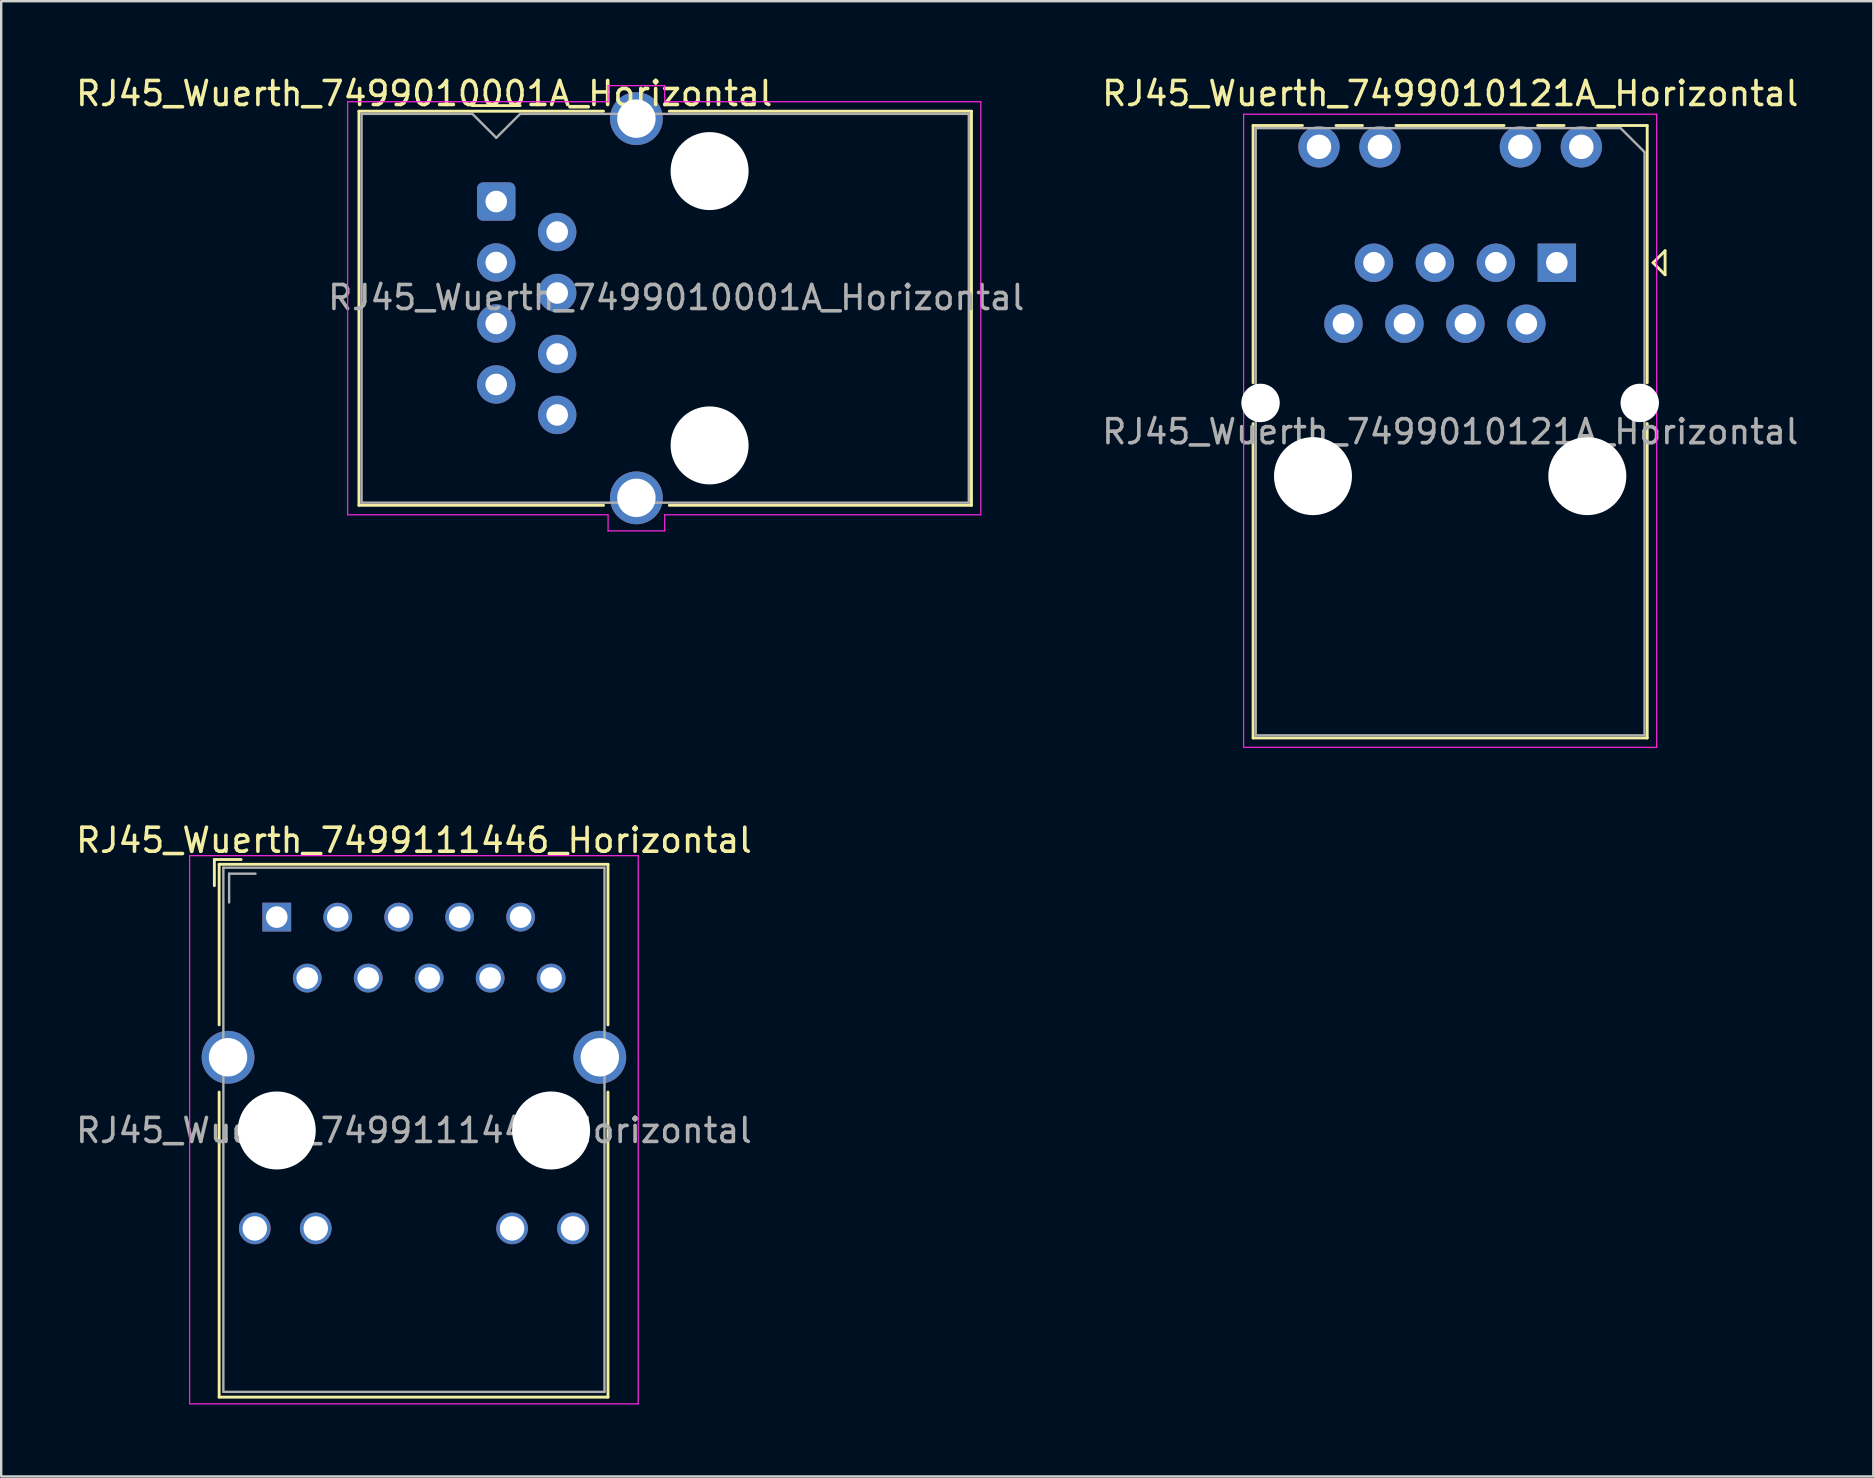
<source format=kicad_pcb>
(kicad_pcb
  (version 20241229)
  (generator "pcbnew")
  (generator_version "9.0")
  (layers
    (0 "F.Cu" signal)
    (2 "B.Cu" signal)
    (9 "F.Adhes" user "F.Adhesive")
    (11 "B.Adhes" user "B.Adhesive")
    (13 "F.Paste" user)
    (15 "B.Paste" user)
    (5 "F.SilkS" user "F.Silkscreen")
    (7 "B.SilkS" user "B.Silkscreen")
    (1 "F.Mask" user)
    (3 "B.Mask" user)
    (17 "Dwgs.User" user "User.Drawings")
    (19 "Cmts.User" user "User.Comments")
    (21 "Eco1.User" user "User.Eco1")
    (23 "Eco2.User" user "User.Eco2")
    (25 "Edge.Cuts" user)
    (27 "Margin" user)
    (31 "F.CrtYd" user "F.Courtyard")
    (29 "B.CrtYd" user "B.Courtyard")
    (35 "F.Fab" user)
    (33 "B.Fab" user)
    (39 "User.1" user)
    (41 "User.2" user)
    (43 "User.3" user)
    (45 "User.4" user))
  (footprint "RJ45_Wuerth_7499111446_Horizontal"
    (layer "F.Cu")
    (at 8.481 35.161)
    (property "Reference" "RJ45_Wuerth_7499111446_Horizontal" (at 5.715 -3.2 180) (layer "F.SilkS") (effects (font (size 1 1) (thickness 0.15))))
    (attr through_hole)
    (fp_line (start -2.6 -2.4) (end -1.485 -2.4) (stroke (width 0.12) (type solid)) (layer "F.SilkS"))
    (fp_line (start -2.6 -1.31) (end -2.6 -2.4) (stroke (width 0.12) (type solid)) (layer "F.SilkS"))
    (fp_line (start -2.4 -2.2) (end -2.4 4.49) (stroke (width 0.12) (type solid)) (layer "F.SilkS"))
    (fp_line (start -2.4 7.29) (end -2.4 20) (stroke (width 0.12) (type solid)) (layer "F.SilkS"))
    (fp_line (start 13.8 -2.2) (end -2.4 -2.2) (stroke (width 0.12) (type solid)) (layer "F.SilkS"))
    (fp_line (start 13.8 4.49) (end 13.8 -2.2) (stroke (width 0.12) (type solid)) (layer "F.SilkS"))
    (fp_line (start 13.8 20) (end -2.4 20) (stroke (width 0.12) (type solid)) (layer "F.SilkS"))
    (fp_line (start 13.8 20) (end 13.8 7.29) (stroke (width 0.12) (type solid)) (layer "F.SilkS"))
    (fp_line (start -3.63 -2.56) (end 15.06 -2.56) (stroke (width 0.05) (type solid)) (layer "F.CrtYd"))
    (fp_line (start -3.63 20.28) (end -3.63 -2.56) (stroke (width 0.05) (type solid)) (layer "F.CrtYd"))
    (fp_line (start 15.06 -2.56) (end 15.06 20.28) (stroke (width 0.05) (type solid)) (layer "F.CrtYd"))
    (fp_line (start 15.06 20.28) (end -3.63 20.28) (stroke (width 0.05) (type solid)) (layer "F.CrtYd"))
    (fp_line (start -2.225 19.78) (end -2.225 -2.06) (stroke (width 0.1) (type solid)) (layer "F.Fab"))
    (fp_line (start -1.985 -1.81) (end -0.885 -1.81) (stroke (width 0.1) (type solid)) (layer "F.Fab"))
    (fp_line (start -1.985 -0.61) (end -1.985 -1.81) (stroke (width 0.1) (type solid)) (layer "F.Fab"))
    (fp_line (start 13.655 -2.06) (end -2.225 -2.06) (stroke (width 0.1) (type solid)) (layer "F.Fab"))
    (fp_line (start 13.655 19.78) (end -2.225 19.78) (stroke (width 0.1) (type solid)) (layer "F.Fab"))
    (fp_line (start 13.655 19.78) (end 13.655 -2.06) (stroke (width 0.1) (type solid)) (layer "F.Fab"))
    (fp_text user "${REFERENCE}" (at 5.715 8.89 180) (layer "F.Fab") (effects (font (size 1 1) (thickness 0.15))))
    (pad "" np_thru_hole circle (at 0 8.89 180) (size 3.25 3.25) (drill 3.25) (layers "*.Cu" "*.Mask"))
    (pad "" np_thru_hole circle (at 11.43 8.89 180) (size 3.25 3.25) (drill 3.25) (layers "*.Cu" "*.Mask"))
    (pad "1" thru_hole rect (at 0 0 180) (size 1.2 1.2) (drill 0.9) (layers "*.Cu" "*.Mask"))
    (pad "2" thru_hole circle (at 1.27 2.54 180) (size 1.2 1.2) (drill 0.9) (layers "*.Cu" "*.Mask"))
    (pad "3" thru_hole circle (at 2.54 0 180) (size 1.2 1.2) (drill 0.9) (layers "*.Cu" "*.Mask"))
    (pad "4" thru_hole circle (at 3.81 2.54 180) (size 1.2 1.2) (drill 0.9) (layers "*.Cu" "*.Mask"))
    (pad "5" thru_hole circle (at 5.08 0 180) (size 1.2 1.2) (drill 0.9) (layers "*.Cu" "*.Mask"))
    (pad "6" thru_hole circle (at 6.35 2.54 180) (size 1.2 1.2) (drill 0.9) (layers "*.Cu" "*.Mask"))
    (pad "7" thru_hole circle (at 7.62 0 180) (size 1.2 1.2) (drill 0.9) (layers "*.Cu" "*.Mask"))
    (pad "8" thru_hole circle (at 8.89 2.54 180) (size 1.2 1.2) (drill 0.9) (layers "*.Cu" "*.Mask"))
    (pad "9" thru_hole circle (at 10.16 0 180) (size 1.2 1.2) (drill 0.9) (layers "*.Cu" "*.Mask"))
    (pad "10" thru_hole circle (at 11.43 2.54 180) (size 1.2 1.2) (drill 0.9) (layers "*.Cu" "*.Mask"))
    (pad "11" thru_hole circle (at -0.915 12.97 180) (size 1.32 1.32) (drill 1.02) (layers "*.Cu" "*.Mask"))
    (pad "12" thru_hole circle (at 1.625 12.97 180) (size 1.32 1.32) (drill 1.02) (layers "*.Cu" "*.Mask"))
    (pad "13" thru_hole circle (at 9.805 12.97 180) (size 1.32 1.32) (drill 1.02) (layers "*.Cu" "*.Mask"))
    (pad "14" thru_hole circle (at 12.345 12.97 180) (size 1.32 1.32) (drill 1.02) (layers "*.Cu" "*.Mask"))
    (pad "SH" thru_hole circle (at -2.03 5.84 180) (size 2.2 2.2) (drill 1.6) (layers "*.Cu" "*.Mask"))
    (pad "SH" thru_hole circle (at 13.46 5.84 180) (size 2.2 2.2) (drill 1.6) (layers "*.Cu" "*.Mask")))
  (footprint "RJ45_Wuerth_7499010121A_Horizontal"
    (layer "F.Cu")
    (at 61.815 7.898)
    (property "Reference" "RJ45_Wuerth_7499010121A_Horizontal" (at -4.44 -7.05 0) (layer "F.SilkS") (effects (font (size 1 1) (thickness 0.15))))
    (attr through_hole)
    (fp_line (start -12.655 -5.72) (end -12.655 5) (stroke (width 0.12) (type solid)) (layer "F.SilkS"))
    (fp_line (start -12.655 6.7) (end -12.655 19.8) (stroke (width 0.12) (type solid)) (layer "F.SilkS"))
    (fp_line (start -12.655 19.8) (end 3.765 19.8) (stroke (width 0.12) (type solid)) (layer "F.SilkS"))
    (fp_line (start -10.6 -5.72) (end -12.655 -5.72) (stroke (width 0.12) (type solid)) (layer "F.SilkS"))
    (fp_line (start -9.2 -5.72) (end -8.1 -5.72) (stroke (width 0.12) (type solid)) (layer "F.SilkS"))
    (fp_line (start -6.7 -5.72) (end -2.2 -5.72) (stroke (width 0.12) (type solid)) (layer "F.SilkS"))
    (fp_line (start -0.8 -5.72) (end 0.3 -5.72) (stroke (width 0.12) (type solid)) (layer "F.SilkS"))
    (fp_line (start 3.765 -5.72) (end 1.7 -5.72) (stroke (width 0.12) (type solid)) (layer "F.SilkS"))
    (fp_line (start 3.765 5) (end 3.765 -5.72) (stroke (width 0.12) (type solid)) (layer "F.SilkS"))
    (fp_line (start 3.765 19.8) (end 3.765 6.7) (stroke (width 0.12) (type solid)) (layer "F.SilkS"))
    (fp_line (start 4.01 0) (end 4.51 -0.5) (stroke (width 0.12) (type solid)) (layer "F.SilkS"))
    (fp_line (start 4.51 -0.5) (end 4.51 0.5) (stroke (width 0.12) (type solid)) (layer "F.SilkS"))
    (fp_line (start 4.51 0.5) (end 4.01 0) (stroke (width 0.12) (type solid)) (layer "F.SilkS"))
    (fp_line (start -13.05 -6.19) (end -13.05 20.19) (stroke (width 0.05) (type solid)) (layer "F.CrtYd"))
    (fp_line (start -13.05 20.19) (end 4.16 20.19) (stroke (width 0.05) (type solid)) (layer "F.CrtYd"))
    (fp_line (start 4.16 -6.19) (end -13.05 -6.19) (stroke (width 0.05) (type solid)) (layer "F.CrtYd"))
    (fp_line (start 4.16 20.19) (end 4.16 -6.19) (stroke (width 0.05) (type solid)) (layer "F.CrtYd"))
    (fp_line (start -12.545 -5.61) (end -12.545 19.69) (stroke (width 0.1) (type solid)) (layer "F.Fab"))
    (fp_line (start -12.545 19.69) (end 3.655 19.69) (stroke (width 0.1) (type solid)) (layer "F.Fab"))
    (fp_line (start 2.655 -5.61) (end -12.545 -5.61) (stroke (width 0.1) (type solid)) (layer "F.Fab"))
    (fp_line (start 3.655 -4.61) (end 2.655 -5.61) (stroke (width 0.1) (type solid)) (layer "F.Fab"))
    (fp_line (start 3.655 19.69) (end 3.655 -4.61) (stroke (width 0.1) (type solid)) (layer "F.Fab"))
    (fp_text user "${REFERENCE}" (at -4.44 7.04 0) (layer "F.Fab") (effects (font (size 1 1) (thickness 0.15))))
    (pad "" np_thru_hole circle (at -12.345 5.84) (size 1.6 1.6) (drill 1.6) (layers "*.Cu" "*.Mask"))
    (pad "" np_thru_hole circle (at -10.16 8.89) (size 3.25 3.25) (drill 3.25) (layers "*.Cu" "*.Mask"))
    (pad "" np_thru_hole circle (at 1.27 8.89) (size 3.25 3.25) (drill 3.25) (layers "*.Cu" "*.Mask"))
    (pad "" np_thru_hole circle (at 3.455 5.84) (size 1.6 1.6) (drill 1.6) (layers "*.Cu" "*.Mask"))
    (pad "1" thru_hole rect (at 0 0) (size 1.6 1.6) (drill 0.9) (layers "*.Cu" "*.Mask"))
    (pad "2" thru_hole circle (at -1.27 2.54) (size 1.6 1.6) (drill 0.9) (layers "*.Cu" "*.Mask"))
    (pad "3" thru_hole circle (at -2.54 0) (size 1.6 1.6) (drill 0.9) (layers "*.Cu" "*.Mask"))
    (pad "4" thru_hole circle (at -3.81 2.54) (size 1.6 1.6) (drill 0.9) (layers "*.Cu" "*.Mask"))
    (pad "5" thru_hole circle (at -5.08 0) (size 1.6 1.6) (drill 0.9) (layers "*.Cu" "*.Mask"))
    (pad "6" thru_hole circle (at -6.35 2.54) (size 1.6 1.6) (drill 0.9) (layers "*.Cu" "*.Mask"))
    (pad "7" thru_hole circle (at -7.62 0) (size 1.6 1.6) (drill 0.9) (layers "*.Cu" "*.Mask"))
    (pad "8" thru_hole circle (at -8.89 2.54) (size 1.6 1.6) (drill 0.9) (layers "*.Cu" "*.Mask"))
    (pad "9" thru_hole circle (at 1.02 -4.83) (size 1.72 1.72) (drill 1.02) (layers "*.Cu" "*.Mask"))
    (pad "10" thru_hole circle (at -1.52 -4.83) (size 1.72 1.72) (drill 1.02) (layers "*.Cu" "*.Mask"))
    (pad "11" thru_hole circle (at -7.37 -4.83) (size 1.72 1.72) (drill 1.02) (layers "*.Cu" "*.Mask"))
    (pad "12" thru_hole circle (at -9.91 -4.83) (size 1.72 1.72) (drill 1.02) (layers "*.Cu" "*.Mask")))
  (footprint "RJ45_Wuerth_7499010001A_Horizontal"
    (layer "F.Cu")
    (at 17.625 5.348)
    (property "Reference" "RJ45_Wuerth_7499010001A_Horizontal" (at -3 -4.5 0) (layer "F.SilkS") (effects (font (size 1 1) (thickness 0.15))))
    (attr through_hole)
    (fp_line (start -5.72 -3.765) (end -5.72 12.655) (stroke (width 0.12) (type solid)) (layer "F.SilkS"))
    (fp_line (start -5.72 12.655) (end 4.47 12.655) (stroke (width 0.12) (type solid)) (layer "F.SilkS"))
    (fp_line (start -1 -4) (end 1 -4) (stroke (width 0.12) (type solid)) (layer "F.SilkS"))
    (fp_line (start 4.47 -3.765) (end -5.72 -3.765) (stroke (width 0.12) (type solid)) (layer "F.SilkS"))
    (fp_line (start 7.21 12.655) (end 19.8 12.655) (stroke (width 0.12) (type solid)) (layer "F.SilkS"))
    (fp_line (start 19.8 -3.765) (end 7.21 -3.765) (stroke (width 0.12) (type solid)) (layer "F.SilkS"))
    (fp_line (start 19.8 12.655) (end 19.8 -3.765) (stroke (width 0.12) (type solid)) (layer "F.SilkS"))
    (fp_line (start -6.19 -4.16) (end -6.19 13.05) (stroke (width 0.05) (type solid)) (layer "F.CrtYd"))
    (fp_line (start 4.66 -4.83) (end 4.66 -4.16) (stroke (width 0.05) (type solid)) (layer "F.CrtYd"))
    (fp_line (start 4.66 -4.16) (end -6.19 -4.16) (stroke (width 0.05) (type solid)) (layer "F.CrtYd"))
    (fp_line (start 4.66 13.05) (end -6.19 13.05) (stroke (width 0.05) (type solid)) (layer "F.CrtYd"))
    (fp_line (start 4.66 13.05) (end 4.66 13.72) (stroke (width 0.05) (type solid)) (layer "F.CrtYd"))
    (fp_line (start 7.02 -4.83) (end 4.66 -4.83) (stroke (width 0.05) (type solid)) (layer "F.CrtYd"))
    (fp_line (start 7.02 -4.83) (end 7.02 -4.16) (stroke (width 0.05) (type solid)) (layer "F.CrtYd"))
    (fp_line (start 7.02 13.05) (end 7.02 13.72) (stroke (width 0.05) (type solid)) (layer "F.CrtYd"))
    (fp_line (start 7.02 13.72) (end 4.66 13.72) (stroke (width 0.05) (type solid)) (layer "F.CrtYd"))
    (fp_line (start 20.19 -4.16) (end 7.02 -4.16) (stroke (width 0.05) (type solid)) (layer "F.CrtYd"))
    (fp_line (start 20.19 13.05) (end 7.02 13.05) (stroke (width 0.05) (type solid)) (layer "F.CrtYd"))
    (fp_line (start 20.19 13.05) (end 20.19 -4.16) (stroke (width 0.05) (type solid)) (layer "F.CrtYd"))
    (fp_line (start -5.61 -3.655) (end -5.61 12.545) (stroke (width 0.1) (type solid)) (layer "F.Fab"))
    (fp_line (start -5.61 12.545) (end 19.69 12.545) (stroke (width 0.1) (type solid)) (layer "F.Fab"))
    (fp_line (start -1 -3.655) (end -5.61 -3.655) (stroke (width 0.1) (type solid)) (layer "F.Fab"))
    (fp_line (start 0 -2.66) (end -1 -3.66) (stroke (width 0.1) (type solid)) (layer "F.Fab"))
    (fp_line (start 0 -2.655) (end 1 -3.655) (stroke (width 0.1) (type solid)) (layer "F.Fab"))
    (fp_line (start 19.69 -3.655) (end 1 -3.655) (stroke (width 0.1) (type solid)) (layer "F.Fab"))
    (fp_line (start 19.69 12.545) (end 19.69 -3.655) (stroke (width 0.1) (type solid)) (layer "F.Fab"))
    (fp_text user "${REFERENCE}" (at 7.5 4 180) (layer "F.Fab") (effects (font (size 1 1) (thickness 0.15))))
    (pad "" np_thru_hole circle (at 8.89 -1.27 90) (size 3.25 3.25) (drill 3.25) (layers "*.Cu" "*.Mask"))
    (pad "" np_thru_hole circle (at 8.89 10.16 90) (size 3.25 3.25) (drill 3.25) (layers "*.Cu" "*.Mask"))
    (pad "1" thru_hole roundrect (at 0 0 90) (size 1.6 1.6) (drill 0.9) (layers "*.Cu" "*.Mask") (roundrect_rratio 0.155))
    (pad "2" thru_hole circle (at 2.54 1.27 90) (size 1.6 1.6) (drill 0.9) (layers "*.Cu" "*.Mask"))
    (pad "3" thru_hole circle (at 0 2.54 90) (size 1.6 1.6) (drill 0.9) (layers "*.Cu" "*.Mask"))
    (pad "4" thru_hole circle (at 2.54 3.81 90) (size 1.6 1.6) (drill 0.9) (layers "*.Cu" "*.Mask"))
    (pad "5" thru_hole circle (at 0 5.08 90) (size 1.6 1.6) (drill 0.9) (layers "*.Cu" "*.Mask"))
    (pad "6" thru_hole circle (at 2.54 6.35 90) (size 1.6 1.6) (drill 0.9) (layers "*.Cu" "*.Mask"))
    (pad "7" thru_hole circle (at 0 7.62 90) (size 1.6 1.6) (drill 0.9) (layers "*.Cu" "*.Mask"))
    (pad "8" thru_hole circle (at 2.54 8.89 90) (size 1.6 1.6) (drill 0.9) (layers "*.Cu" "*.Mask"))
    (pad "SH" thru_hole circle (at 5.84 -3.455 90) (size 2.2 2.2) (drill 1.6) (layers "*.Cu" "*.Mask"))
    (pad "SH" thru_hole circle (at 5.84 12.345 90) (size 2.2 2.2) (drill 1.6) (layers "*.Cu" "*.Mask")))
  (gr_rect
    (start -3 -3)
    (end 75 58.467)
    (stroke (width 0.1) (type default))
    (fill no)
    (layer "Edge.Cuts")))
</source>
